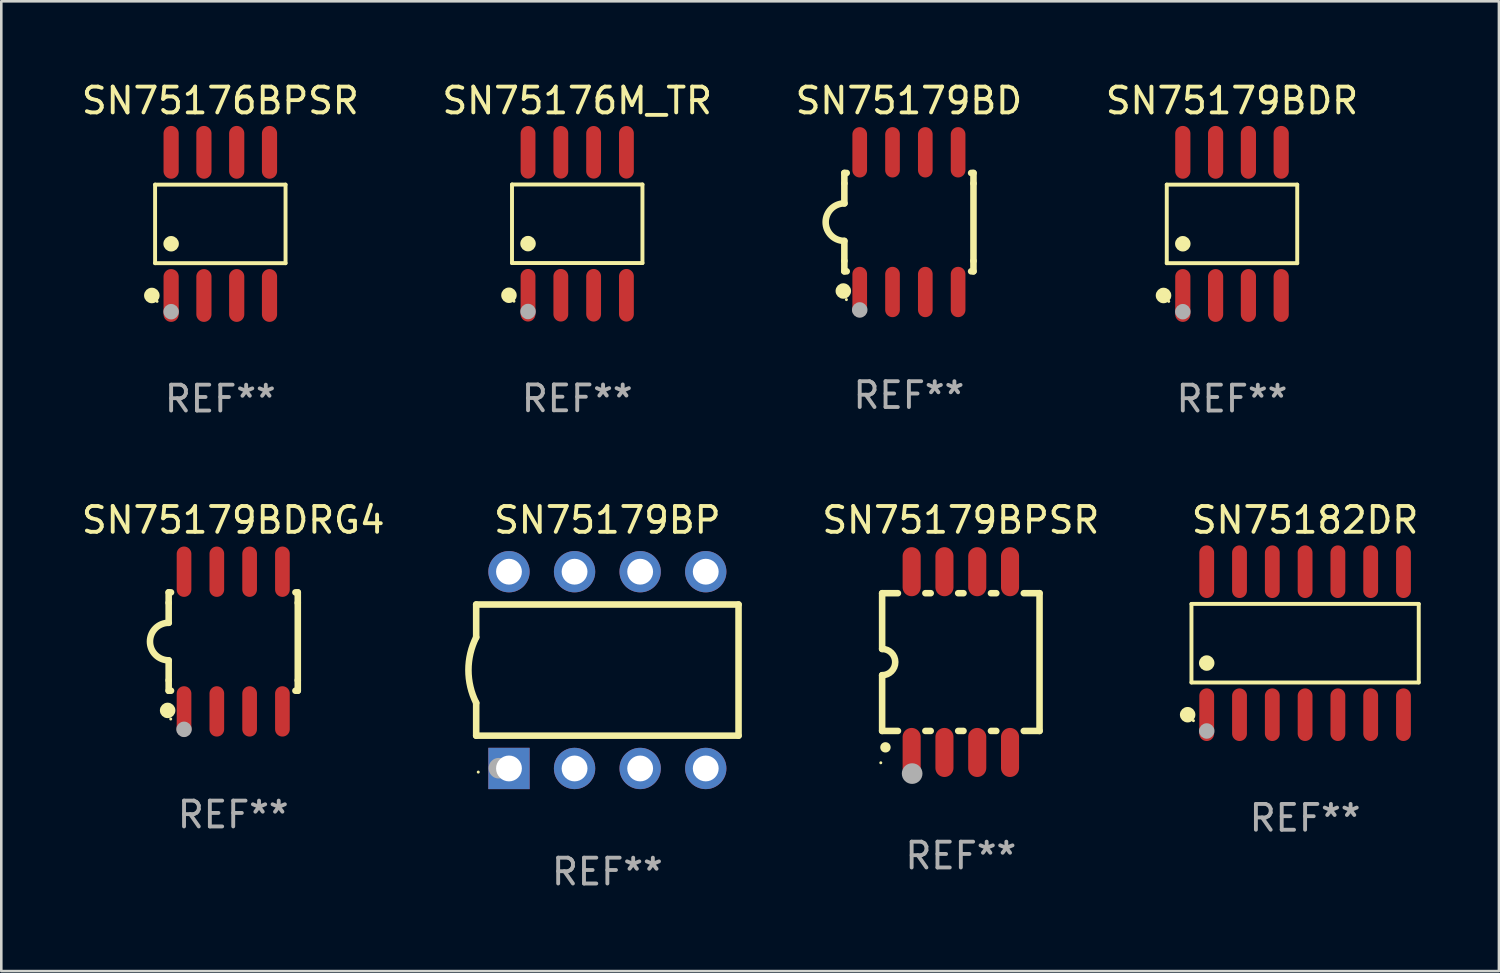
<source format=kicad_pcb>
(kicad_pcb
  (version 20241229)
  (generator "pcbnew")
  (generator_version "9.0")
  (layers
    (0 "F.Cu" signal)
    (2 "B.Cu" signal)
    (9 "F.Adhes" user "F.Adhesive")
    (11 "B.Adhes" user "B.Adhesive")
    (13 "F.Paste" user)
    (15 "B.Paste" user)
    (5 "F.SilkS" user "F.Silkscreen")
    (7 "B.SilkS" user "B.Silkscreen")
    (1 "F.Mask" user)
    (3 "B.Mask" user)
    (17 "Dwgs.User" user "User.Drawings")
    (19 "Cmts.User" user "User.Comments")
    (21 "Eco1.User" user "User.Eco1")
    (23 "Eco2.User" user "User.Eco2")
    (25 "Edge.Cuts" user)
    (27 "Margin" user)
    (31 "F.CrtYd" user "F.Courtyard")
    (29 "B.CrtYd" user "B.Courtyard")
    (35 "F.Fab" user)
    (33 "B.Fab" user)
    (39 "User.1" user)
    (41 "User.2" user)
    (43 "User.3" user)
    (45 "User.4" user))
  (footprint "SN75179BP"
    (layer "F.Cu")
    (at 20.471 22.9)
    (property "Reference" "SN75179BP" (at 0 -5.81 0) (layer "F.SilkS") (effects (font (size 1 1) (thickness 0.15))))
    (attr through_hole)
    (fp_line (start -5.08 -1.27) (end -5.08 -2.54) (stroke (width 0.254) (type solid)) (layer "F.SilkS"))
    (fp_line (start -5.08 2.54) (end -5.08 1.27) (stroke (width 0.254) (type solid)) (layer "F.SilkS"))
    (fp_line (start 5.08 -2.54) (end -5.08 -2.54) (stroke (width 0.254) (type solid)) (layer "F.SilkS"))
    (fp_line (start 5.08 2.54) (end -5.08 2.54) (stroke (width 0.254) (type solid)) (layer "F.SilkS"))
    (fp_line (start 5.08 2.54) (end 5.08 -2.54) (stroke (width 0.254) (type solid)) (layer "F.SilkS"))
    (fp_arc (start -5.080011 1.270002) (mid -5.379818 -0.000001) (end -5.08001 -1.270003) (stroke (width 0.254001) (type solid)) (layer "F.SilkS"))
    (fp_circle (center -5 3.95) (end -4.97 3.95) (stroke (width 0.06) (type solid)) (fill no) (layer "F.SilkS"))
    (fp_circle (center -4.2 3.8) (end -4 3.8) (stroke (width 0.4) (type solid)) (fill no) (layer "F.Fab"))
    (fp_text user "REF**" (at 0 7.81 0) (layer "F.Fab") (effects (font (size 1 1) (thickness 0.15))))
    (pad "1" thru_hole rect (at -3.81 3.81) (size 1.6 1.6) (drill 1) (layers "*.Cu" "*.Mask"))
    (pad "2" thru_hole circle (at -1.27 3.81) (size 1.6 1.6) (drill 1) (layers "*.Cu" "*.Mask"))
    (pad "3" thru_hole circle (at 1.27 3.81) (size 1.6 1.6) (drill 1) (layers "*.Cu" "*.Mask"))
    (pad "4" thru_hole circle (at 3.81 3.81) (size 1.6 1.6) (drill 1) (layers "*.Cu" "*.Mask"))
    (pad "5" thru_hole circle (at 3.81 -3.81) (size 1.6 1.6) (drill 1) (layers "*.Cu" "*.Mask"))
    (pad "6" thru_hole circle (at 1.27 -3.81) (size 1.6 1.6) (drill 1) (layers "*.Cu" "*.Mask"))
    (pad "7" thru_hole circle (at -1.27 -3.81) (size 1.6 1.6) (drill 1) (layers "*.Cu" "*.Mask"))
    (pad "8" thru_hole circle (at -3.81 -3.81) (size 1.6 1.6) (drill 1) (layers "*.Cu" "*.Mask")))
  (footprint "SN75179BDR"
    (layer "F.Cu")
    (at 44.661 5.621)
    (property "Reference" "SN75179BDR" (at 0 -4.772 0) (layer "F.SilkS") (effects (font (size 1 1) (thickness 0.15))))
    (attr through_hole)
    (fp_line (start -2.526 -1.521) (end 2.526 -1.521) (stroke (width 0.152) (type solid)) (layer "F.SilkS"))
    (fp_line (start -2.526 1.521) (end -2.526 -1.521) (stroke (width 0.152) (type solid)) (layer "F.SilkS"))
    (fp_line (start 2.526 -1.521) (end 2.526 1.521) (stroke (width 0.152) (type solid)) (layer "F.SilkS"))
    (fp_line (start 2.526 1.521) (end -2.526 1.521) (stroke (width 0.152) (type solid)) (layer "F.SilkS"))
    (fp_circle (center -2.652 2.772) (end -2.501 2.772) (stroke (width 0.3) (type solid)) (fill no) (layer "F.SilkS"))
    (fp_circle (center -2.45 3) (end -2.42 3) (stroke (width 0.06) (type solid)) (fill no) (layer "F.SilkS"))
    (fp_circle (center -1.905 0.769) (end -1.755 0.769) (stroke (width 0.3) (type solid)) (fill no) (layer "F.SilkS"))
    (fp_circle (center -1.905 3.4) (end -1.755 3.4) (stroke (width 0.3) (type solid)) (fill no) (layer "F.Fab"))
    (fp_text user "REF**" (at 0 6.772 0) (layer "F.Fab") (effects (font (size 1 1) (thickness 0.15))))
    (pad "1" smd oval (at -1.905 2.772) (size 0.588 2.045) (layers "F.Cu" "F.Mask" "F.Paste"))
    (pad "2" smd oval (at -0.635 2.772) (size 0.588 2.045) (layers "F.Cu" "F.Mask" "F.Paste"))
    (pad "3" smd oval (at 0.635 2.772) (size 0.588 2.045) (layers "F.Cu" "F.Mask" "F.Paste"))
    (pad "4" smd oval (at 1.905 2.772) (size 0.588 2.045) (layers "F.Cu" "F.Mask" "F.Paste"))
    (pad "5" smd oval (at 1.905 -2.772) (size 0.588 2.045) (layers "F.Cu" "F.Mask" "F.Paste"))
    (pad "6" smd oval (at 0.635 -2.772) (size 0.588 2.045) (layers "F.Cu" "F.Mask" "F.Paste"))
    (pad "7" smd oval (at -0.635 -2.772) (size 0.588 2.045) (layers "F.Cu" "F.Mask" "F.Paste"))
    (pad "8" smd oval (at -1.905 -2.772) (size 0.588 2.045) (layers "F.Cu" "F.Mask" "F.Paste")))
  (footprint "SN75182DR"
    (layer "F.Cu")
    (at 47.492 21.859)
    (property "Reference" "SN75182DR" (at 0 -4.769 0) (layer "F.SilkS") (effects (font (size 1 1) (thickness 0.15))))
    (attr through_hole)
    (fp_line (start -4.401 -1.521) (end 4.401 -1.521) (stroke (width 0.152) (type solid)) (layer "F.SilkS"))
    (fp_line (start -4.401 1.521) (end -4.401 -1.521) (stroke (width 0.152) (type solid)) (layer "F.SilkS"))
    (fp_line (start 4.401 -1.521) (end 4.401 1.521) (stroke (width 0.152) (type solid)) (layer "F.SilkS"))
    (fp_line (start 4.401 1.521) (end -4.401 1.521) (stroke (width 0.152) (type solid)) (layer "F.SilkS"))
    (fp_circle (center -4.549 2.769) (end -4.399 2.769) (stroke (width 0.3) (type solid)) (fill no) (layer "F.SilkS"))
    (fp_circle (center -4.325 3) (end -4.295 3) (stroke (width 0.06) (type solid)) (fill no) (layer "F.SilkS"))
    (fp_circle (center -3.81 0.769) (end -3.66 0.769) (stroke (width 0.3) (type solid)) (fill no) (layer "F.SilkS"))
    (fp_circle (center -3.81 3.4) (end -3.66 3.4) (stroke (width 0.3) (type solid)) (fill no) (layer "F.Fab"))
    (fp_text user "REF**" (at 0 6.769 0) (layer "F.Fab") (effects (font (size 1 1) (thickness 0.15))))
    (pad "1" smd oval (at -3.81 2.769) (size 0.574 2.038) (layers "F.Cu" "F.Mask" "F.Paste"))
    (pad "2" smd oval (at -2.54 2.769) (size 0.574 2.038) (layers "F.Cu" "F.Mask" "F.Paste"))
    (pad "3" smd oval (at -1.27 2.769) (size 0.574 2.038) (layers "F.Cu" "F.Mask" "F.Paste"))
    (pad "4" smd oval (at 0 2.769) (size 0.574 2.038) (layers "F.Cu" "F.Mask" "F.Paste"))
    (pad "5" smd oval (at 1.27 2.769) (size 0.574 2.038) (layers "F.Cu" "F.Mask" "F.Paste"))
    (pad "6" smd oval (at 2.54 2.769) (size 0.574 2.038) (layers "F.Cu" "F.Mask" "F.Paste"))
    (pad "7" smd oval (at 3.81 2.769) (size 0.574 2.038) (layers "F.Cu" "F.Mask" "F.Paste"))
    (pad "8" smd oval (at 3.81 -2.769) (size 0.574 2.038) (layers "F.Cu" "F.Mask" "F.Paste"))
    (pad "9" smd oval (at 2.54 -2.769) (size 0.574 2.038) (layers "F.Cu" "F.Mask" "F.Paste"))
    (pad "10" smd oval (at 1.27 -2.769) (size 0.574 2.038) (layers "F.Cu" "F.Mask" "F.Paste"))
    (pad "11" smd oval (at 0 -2.769) (size 0.574 2.038) (layers "F.Cu" "F.Mask" "F.Paste"))
    (pad "12" smd oval (at -1.27 -2.769) (size 0.574 2.038) (layers "F.Cu" "F.Mask" "F.Paste"))
    (pad "13" smd oval (at -2.54 -2.769) (size 0.574 2.038) (layers "F.Cu" "F.Mask" "F.Paste"))
    (pad "14" smd oval (at -3.81 -2.769) (size 0.574 2.038) (layers "F.Cu" "F.Mask" "F.Paste")))
  (footprint "SN75179BD"
    (layer "F.Cu")
    (at 32.149 5.553)
    (property "Reference" "SN75179BD" (at 0 -4.705 0) (layer "F.SilkS") (effects (font (size 1 1) (thickness 0.15))))
    (attr through_hole)
    (fp_line (start -2.5 -1.905) (end -2.409 -1.905) (stroke (width 0.254) (type solid)) (layer "F.SilkS"))
    (fp_line (start -2.5 -1.5) (end -2.5 -1.905) (stroke (width 0.254) (type solid)) (layer "F.SilkS"))
    (fp_line (start -2.5 -1.5) (end -2.5 -0.726) (stroke (width 0.254) (type solid)) (layer "F.SilkS"))
    (fp_line (start -2.5 1.5) (end -2.5 0.727) (stroke (width 0.254) (type solid)) (layer "F.SilkS"))
    (fp_line (start -2.5 1.5) (end -2.5 1.905) (stroke (width 0.254) (type solid)) (layer "F.SilkS"))
    (fp_line (start -2.5 1.905) (end -2.409 1.905) (stroke (width 0.254) (type solid)) (layer "F.SilkS"))
    (fp_line (start 2.5 -1.905) (end 2.409 -1.905) (stroke (width 0.254) (type solid)) (layer "F.SilkS"))
    (fp_line (start 2.5 -1.5) (end 2.5 -1.905) (stroke (width 0.254) (type solid)) (layer "F.SilkS"))
    (fp_line (start 2.5 -1.5) (end 2.5 1.5) (stroke (width 0.254) (type solid)) (layer "F.SilkS"))
    (fp_line (start 2.5 1.5) (end 2.5 1.905) (stroke (width 0.254) (type solid)) (layer "F.SilkS"))
    (fp_line (start 2.5 1.905) (end 2.409 1.905) (stroke (width 0.254) (type solid)) (layer "F.SilkS"))
    (fp_arc (start -2.5 0.726568) (mid -3.220316 -0.0023) (end -2.495097 -0.726289) (stroke (width 0.254001) (type solid)) (layer "F.SilkS"))
    (fp_circle (center -2.54 2.667) (end -2.39 2.667) (stroke (width 0.3) (type solid)) (fill no) (layer "F.SilkS"))
    (fp_circle (center -2.42 3) (end -2.39 3) (stroke (width 0.06) (type solid)) (fill no) (layer "F.SilkS"))
    (fp_circle (center -1.905 3.4) (end -1.755 3.4) (stroke (width 0.3) (type solid)) (fill no) (layer "F.Fab"))
    (fp_text user "REF**" (at 0 6.705 0) (layer "F.Fab") (effects (font (size 1 1) (thickness 0.15))))
    (pad "1" smd oval (at -1.905 2.705) (size 0.568 1.95) (layers "F.Cu" "F.Mask" "F.Paste"))
    (pad "2" smd oval (at -0.635 2.705) (size 0.568 1.95) (layers "F.Cu" "F.Mask" "F.Paste"))
    (pad "3" smd oval (at 0.635 2.705) (size 0.568 1.95) (layers "F.Cu" "F.Mask" "F.Paste"))
    (pad "4" smd oval (at 1.905 2.705) (size 0.568 1.95) (layers "F.Cu" "F.Mask" "F.Paste"))
    (pad "5" smd oval (at 1.905 -2.705) (size 0.568 1.95) (layers "F.Cu" "F.Mask" "F.Paste"))
    (pad "6" smd oval (at 0.635 -2.705) (size 0.568 1.95) (layers "F.Cu" "F.Mask" "F.Paste"))
    (pad "7" smd oval (at -0.635 -2.705) (size 0.568 1.95) (layers "F.Cu" "F.Mask" "F.Paste"))
    (pad "8" smd oval (at -1.905 -2.705) (size 0.568 1.95) (layers "F.Cu" "F.Mask" "F.Paste")))
  (footprint "SN75176BPSR"
    (layer "F.Cu")
    (at 5.482 5.621)
    (property "Reference" "SN75176BPSR" (at 0 -4.772 0) (layer "F.SilkS") (effects (font (size 1 1) (thickness 0.15))))
    (attr through_hole)
    (fp_line (start -2.526 -1.521) (end 2.526 -1.521) (stroke (width 0.152) (type solid)) (layer "F.SilkS"))
    (fp_line (start -2.526 1.521) (end -2.526 -1.521) (stroke (width 0.152) (type solid)) (layer "F.SilkS"))
    (fp_line (start 2.526 -1.521) (end 2.526 1.521) (stroke (width 0.152) (type solid)) (layer "F.SilkS"))
    (fp_line (start 2.526 1.521) (end -2.526 1.521) (stroke (width 0.152) (type solid)) (layer "F.SilkS"))
    (fp_circle (center -2.652 2.772) (end -2.501 2.772) (stroke (width 0.3) (type solid)) (fill no) (layer "F.SilkS"))
    (fp_circle (center -2.45 3) (end -2.42 3) (stroke (width 0.06) (type solid)) (fill no) (layer "F.SilkS"))
    (fp_circle (center -1.905 0.769) (end -1.755 0.769) (stroke (width 0.3) (type solid)) (fill no) (layer "F.SilkS"))
    (fp_circle (center -1.905 3.4) (end -1.755 3.4) (stroke (width 0.3) (type solid)) (fill no) (layer "F.Fab"))
    (fp_text user "REF**" (at 0 6.772 0) (layer "F.Fab") (effects (font (size 1 1) (thickness 0.15))))
    (pad "1" smd oval (at -1.905 2.772) (size 0.588 2.045) (layers "F.Cu" "F.Mask" "F.Paste"))
    (pad "2" smd oval (at -0.635 2.772) (size 0.588 2.045) (layers "F.Cu" "F.Mask" "F.Paste"))
    (pad "3" smd oval (at 0.635 2.772) (size 0.588 2.045) (layers "F.Cu" "F.Mask" "F.Paste"))
    (pad "4" smd oval (at 1.905 2.772) (size 0.588 2.045) (layers "F.Cu" "F.Mask" "F.Paste"))
    (pad "5" smd oval (at 1.905 -2.772) (size 0.588 2.045) (layers "F.Cu" "F.Mask" "F.Paste"))
    (pad "6" smd oval (at 0.635 -2.772) (size 0.588 2.045) (layers "F.Cu" "F.Mask" "F.Paste"))
    (pad "7" smd oval (at -0.635 -2.772) (size 0.588 2.045) (layers "F.Cu" "F.Mask" "F.Paste"))
    (pad "8" smd oval (at -1.905 -2.772) (size 0.588 2.045) (layers "F.Cu" "F.Mask" "F.Paste")))
  (footprint "SN75179BDRG4"
    (layer "F.Cu")
    (at 5.982 21.795)
    (property "Reference" "SN75179BDRG4" (at 0 -4.705 0) (layer "F.SilkS") (effects (font (size 1 1) (thickness 0.15))))
    (attr through_hole)
    (fp_line (start -2.5 -1.905) (end -2.409 -1.905) (stroke (width 0.254) (type solid)) (layer "F.SilkS"))
    (fp_line (start -2.5 -1.5) (end -2.5 -1.905) (stroke (width 0.254) (type solid)) (layer "F.SilkS"))
    (fp_line (start -2.5 -1.5) (end -2.5 -0.726) (stroke (width 0.254) (type solid)) (layer "F.SilkS"))
    (fp_line (start -2.5 1.5) (end -2.5 0.727) (stroke (width 0.254) (type solid)) (layer "F.SilkS"))
    (fp_line (start -2.5 1.5) (end -2.5 1.905) (stroke (width 0.254) (type solid)) (layer "F.SilkS"))
    (fp_line (start -2.5 1.905) (end -2.409 1.905) (stroke (width 0.254) (type solid)) (layer "F.SilkS"))
    (fp_line (start 2.5 -1.905) (end 2.409 -1.905) (stroke (width 0.254) (type solid)) (layer "F.SilkS"))
    (fp_line (start 2.5 -1.5) (end 2.5 -1.905) (stroke (width 0.254) (type solid)) (layer "F.SilkS"))
    (fp_line (start 2.5 -1.5) (end 2.5 1.5) (stroke (width 0.254) (type solid)) (layer "F.SilkS"))
    (fp_line (start 2.5 1.5) (end 2.5 1.905) (stroke (width 0.254) (type solid)) (layer "F.SilkS"))
    (fp_line (start 2.5 1.905) (end 2.409 1.905) (stroke (width 0.254) (type solid)) (layer "F.SilkS"))
    (fp_arc (start -2.5 0.726568) (mid -3.220316 -0.0023) (end -2.495097 -0.726289) (stroke (width 0.254001) (type solid)) (layer "F.SilkS"))
    (fp_circle (center -2.54 2.667) (end -2.39 2.667) (stroke (width 0.3) (type solid)) (fill no) (layer "F.SilkS"))
    (fp_circle (center -2.42 3) (end -2.39 3) (stroke (width 0.06) (type solid)) (fill no) (layer "F.SilkS"))
    (fp_circle (center -1.905 3.4) (end -1.755 3.4) (stroke (width 0.3) (type solid)) (fill no) (layer "F.Fab"))
    (fp_text user "REF**" (at 0 6.705 0) (layer "F.Fab") (effects (font (size 1 1) (thickness 0.15))))
    (pad "1" smd oval (at -1.905 2.705) (size 0.568 1.95) (layers "F.Cu" "F.Mask" "F.Paste"))
    (pad "2" smd oval (at -0.635 2.705) (size 0.568 1.95) (layers "F.Cu" "F.Mask" "F.Paste"))
    (pad "3" smd oval (at 0.635 2.705) (size 0.568 1.95) (layers "F.Cu" "F.Mask" "F.Paste"))
    (pad "4" smd oval (at 1.905 2.705) (size 0.568 1.95) (layers "F.Cu" "F.Mask" "F.Paste"))
    (pad "5" smd oval (at 1.905 -2.705) (size 0.568 1.95) (layers "F.Cu" "F.Mask" "F.Paste"))
    (pad "6" smd oval (at 0.635 -2.705) (size 0.568 1.95) (layers "F.Cu" "F.Mask" "F.Paste"))
    (pad "7" smd oval (at -0.635 -2.705) (size 0.568 1.95) (layers "F.Cu" "F.Mask" "F.Paste"))
    (pad "8" smd oval (at -1.905 -2.705) (size 0.568 1.95) (layers "F.Cu" "F.Mask" "F.Paste")))
  (footprint "SN75179BPSR"
    (layer "F.Cu")
    (at 34.16 22.59)
    (property "Reference" "SN75179BPSR" (at 0 -5.5 0) (layer "F.SilkS") (effects (font (size 1 1) (thickness 0.15))))
    (attr through_hole)
    (fp_line (start -3.048 -0.508) (end -3.048 -2.667) (stroke (width 0.254) (type solid)) (layer "F.SilkS"))
    (fp_line (start -3.048 0.508) (end -3.048 2.667) (stroke (width 0.254) (type solid)) (layer "F.SilkS"))
    (fp_line (start -3.048 2.667) (end -2.436 2.667) (stroke (width 0.254) (type solid)) (layer "F.SilkS"))
    (fp_line (start -2.437 -2.667) (end -3.048 -2.667) (stroke (width 0.254) (type solid)) (layer "F.SilkS"))
    (fp_line (start -1.373 2.667) (end -1.167 2.667) (stroke (width 0.254) (type solid)) (layer "F.SilkS"))
    (fp_line (start -1.167 -2.667) (end -1.373 -2.667) (stroke (width 0.254) (type solid)) (layer "F.SilkS"))
    (fp_line (start -0.103 2.667) (end 0.103 2.667) (stroke (width 0.254) (type solid)) (layer "F.SilkS"))
    (fp_line (start 0.103 -2.667) (end -0.103 -2.667) (stroke (width 0.254) (type solid)) (layer "F.SilkS"))
    (fp_line (start 1.167 2.667) (end 1.373 2.667) (stroke (width 0.254) (type solid)) (layer "F.SilkS"))
    (fp_line (start 1.373 -2.667) (end 1.167 -2.667) (stroke (width 0.254) (type solid)) (layer "F.SilkS"))
    (fp_line (start 2.437 2.667) (end 3.048 2.667) (stroke (width 0.254) (type solid)) (layer "F.SilkS"))
    (fp_line (start 3.048 -2.667) (end 2.437 -2.667) (stroke (width 0.254) (type solid)) (layer "F.SilkS"))
    (fp_line (start 3.048 2.667) (end 3.048 -2.667) (stroke (width 0.254) (type solid)) (layer "F.SilkS"))
    (fp_arc (start -3.048006 -0.508001) (mid -2.540005 0) (end -3.048006 0.508001) (stroke (width 0.254001) (type solid)) (layer "F.SilkS"))
    (fp_arc (start -2.921006 3.302007) (mid -2.919736 3.302003) (end -2.918466 3.302007) (stroke (width 0.4) (type solid)) (layer "F.SilkS"))
    (fp_circle (center -3.1 3.9) (end -3.07 3.9) (stroke (width 0.06) (type solid)) (fill no) (layer "F.SilkS"))
    (fp_circle (center -1.886 4.318) (end -1.686 4.318) (stroke (width 0.4) (type solid)) (fill no) (layer "F.Fab"))
    (fp_text user "REF**" (at 0 7.5 0) (layer "F.Fab") (effects (font (size 1 1) (thickness 0.15))))
    (pad "1" smd oval (at -1.905 3.5) (size 0.7 1.9) (layers "F.Cu" "F.Mask" "F.Paste"))
    (pad "2" smd oval (at -0.635 3.5) (size 0.7 1.9) (layers "F.Cu" "F.Mask" "F.Paste"))
    (pad "3" smd oval (at 0.635 3.5) (size 0.7 1.9) (layers "F.Cu" "F.Mask" "F.Paste"))
    (pad "4" smd oval (at 1.905 3.5) (size 0.7 1.9) (layers "F.Cu" "F.Mask" "F.Paste"))
    (pad "5" smd oval (at 1.905 -3.5) (size 0.7 1.9) (layers "F.Cu" "F.Mask" "F.Paste"))
    (pad "6" smd oval (at 0.635 -3.5) (size 0.7 1.9) (layers "F.Cu" "F.Mask" "F.Paste"))
    (pad "7" smd oval (at -0.635 -3.5) (size 0.7 1.9) (layers "F.Cu" "F.Mask" "F.Paste"))
    (pad "8" smd oval (at -1.905 -3.5) (size 0.7 1.9) (layers "F.Cu" "F.Mask" "F.Paste")))
  (footprint "SN75176M_TR"
    (layer "F.Cu")
    (at 19.304 5.616)
    (property "Reference" "SN75176M_TR" (at 0 -4.768 0) (layer "F.SilkS") (effects (font (size 1 1) (thickness 0.15))))
    (attr through_hole)
    (fp_line (start -2.526 -1.521) (end 2.526 -1.521) (stroke (width 0.152) (type solid)) (layer "F.SilkS"))
    (fp_line (start -2.526 1.521) (end -2.526 -1.521) (stroke (width 0.152) (type solid)) (layer "F.SilkS"))
    (fp_line (start 2.526 -1.521) (end 2.526 1.521) (stroke (width 0.152) (type solid)) (layer "F.SilkS"))
    (fp_line (start 2.526 1.521) (end -2.526 1.521) (stroke (width 0.152) (type solid)) (layer "F.SilkS"))
    (fp_circle (center -2.644 2.768) (end -2.494 2.768) (stroke (width 0.3) (type solid)) (fill no) (layer "F.SilkS"))
    (fp_circle (center -2.45 2.998) (end -2.42 2.998) (stroke (width 0.06) (type solid)) (fill no) (layer "F.SilkS"))
    (fp_circle (center -1.905 0.769) (end -1.755 0.769) (stroke (width 0.3) (type solid)) (fill no) (layer "F.SilkS"))
    (fp_circle (center -1.905 3.398) (end -1.755 3.398) (stroke (width 0.3) (type solid)) (fill no) (layer "F.Fab"))
    (fp_text user "REF**" (at 0 6.768 0) (layer "F.Fab") (effects (font (size 1 1) (thickness 0.15))))
    (pad "1" smd oval (at -1.905 2.768) (size 0.574 2.036) (layers "F.Cu" "F.Mask" "F.Paste"))
    (pad "2" smd oval (at -0.635 2.768) (size 0.574 2.036) (layers "F.Cu" "F.Mask" "F.Paste"))
    (pad "3" smd oval (at 0.635 2.768) (size 0.574 2.036) (layers "F.Cu" "F.Mask" "F.Paste"))
    (pad "4" smd oval (at 1.905 2.768) (size 0.574 2.036) (layers "F.Cu" "F.Mask" "F.Paste"))
    (pad "5" smd oval (at 1.905 -2.768) (size 0.574 2.036) (layers "F.Cu" "F.Mask" "F.Paste"))
    (pad "6" smd oval (at 0.635 -2.768) (size 0.574 2.036) (layers "F.Cu" "F.Mask" "F.Paste"))
    (pad "7" smd oval (at -0.635 -2.768) (size 0.574 2.036) (layers "F.Cu" "F.Mask" "F.Paste"))
    (pad "8" smd oval (at -1.905 -2.768) (size 0.574 2.036) (layers "F.Cu" "F.Mask" "F.Paste")))
  (gr_rect
    (start -3 -3)
    (end 54.998 34.558)
    (stroke (width 0.1) (type default))
    (fill no)
    (layer "Edge.Cuts")))
</source>
